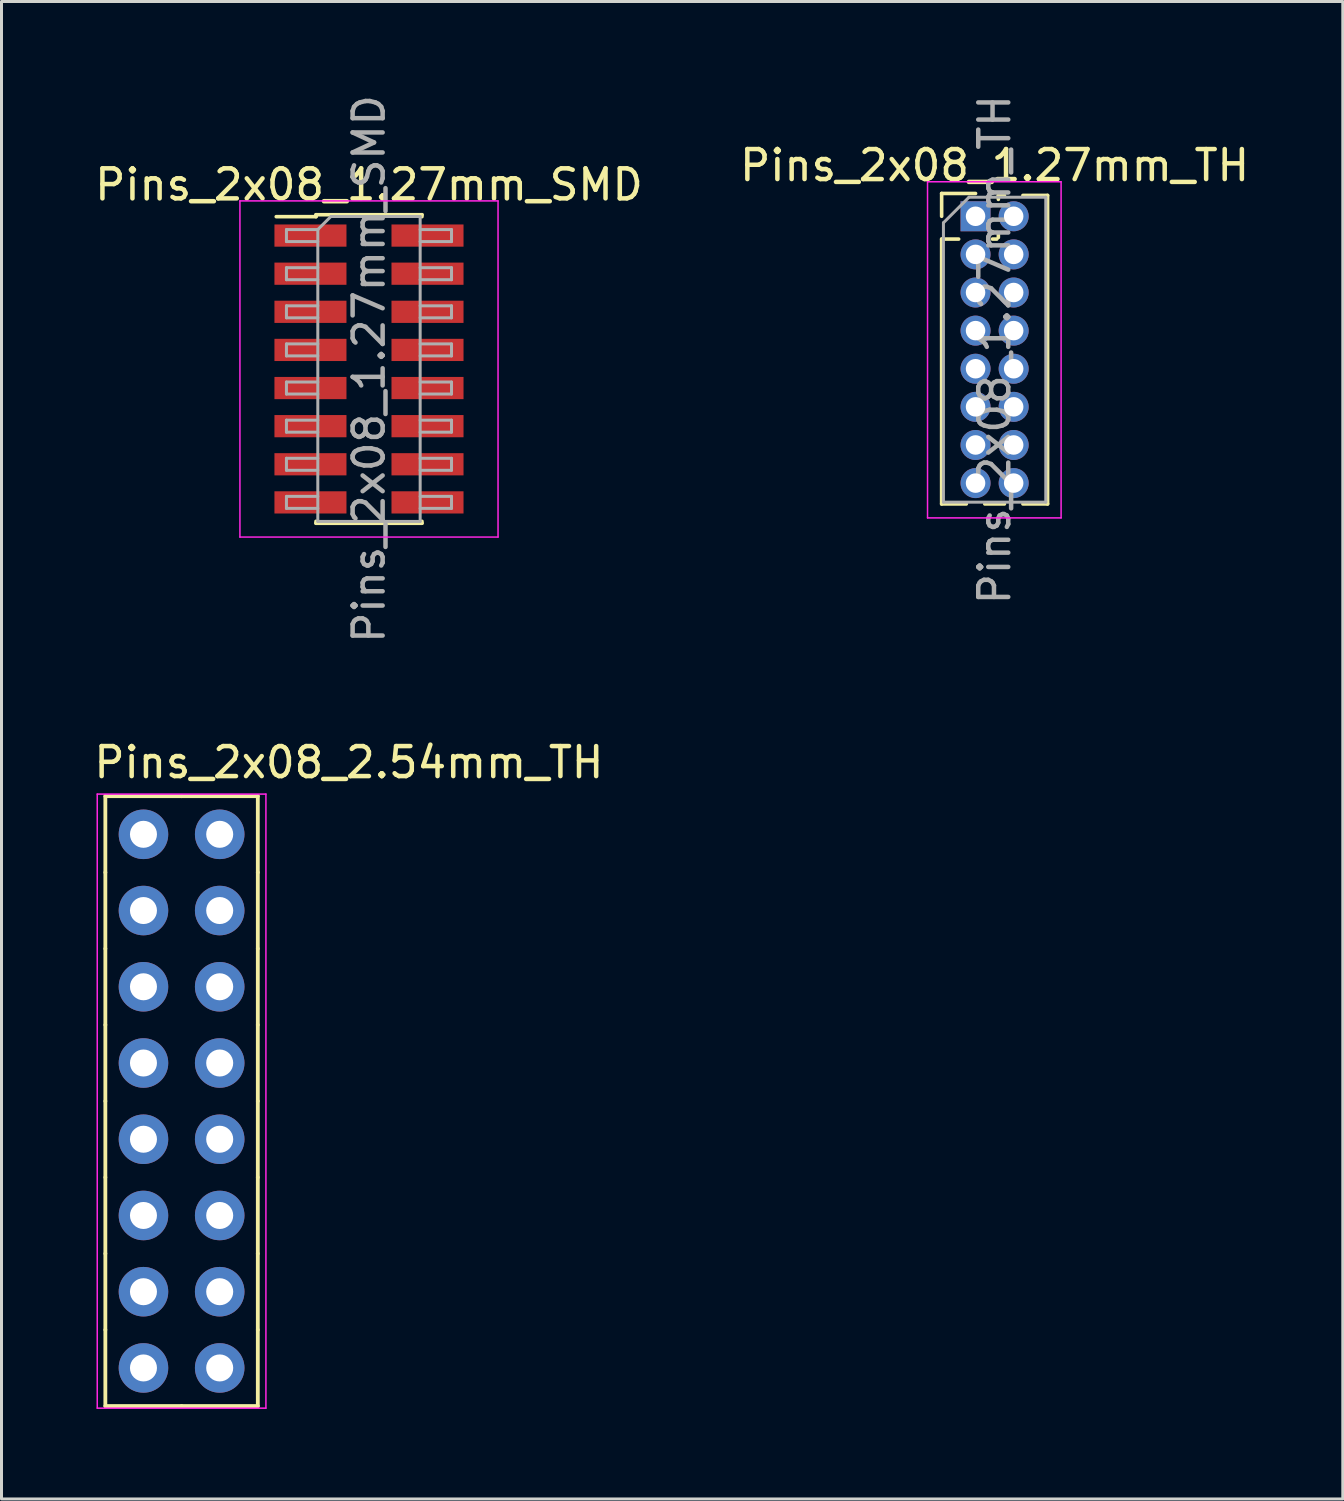
<source format=kicad_pcb>
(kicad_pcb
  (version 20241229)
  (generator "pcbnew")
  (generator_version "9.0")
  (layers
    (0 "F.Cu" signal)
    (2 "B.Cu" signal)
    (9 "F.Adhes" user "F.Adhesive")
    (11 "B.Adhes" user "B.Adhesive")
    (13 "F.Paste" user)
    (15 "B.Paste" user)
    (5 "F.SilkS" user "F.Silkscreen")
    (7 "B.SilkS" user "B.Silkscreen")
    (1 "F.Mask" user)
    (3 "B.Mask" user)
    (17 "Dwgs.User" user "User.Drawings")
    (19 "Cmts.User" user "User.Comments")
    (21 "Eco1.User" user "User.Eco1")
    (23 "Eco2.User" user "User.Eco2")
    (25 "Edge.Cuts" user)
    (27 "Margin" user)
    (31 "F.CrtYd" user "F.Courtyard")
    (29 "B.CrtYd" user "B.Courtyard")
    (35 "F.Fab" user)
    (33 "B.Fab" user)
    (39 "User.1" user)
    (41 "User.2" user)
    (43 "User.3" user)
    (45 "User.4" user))
  (footprint "Pins_2x08_2.54mm_TH"
    (layer "F.Cu")
    (at 3 33.638)
    (property "Reference" "Pins_2x08_2.54mm_TH" (at -3 -10.7 0) (layer "F.SilkS") (effects (font (size 1 1) (thickness 0.15)) (justify left bottom)))
    (attr through_hole)
    (fp_line (start -2.54 -10.16) (end -2.54 -7.62) (stroke (width 0.127) (type solid)) (layer "F.SilkS"))
    (fp_line (start -2.54 -7.62) (end -2.54 -5.08) (stroke (width 0.127) (type solid)) (layer "F.SilkS"))
    (fp_line (start -2.54 -5.08) (end -2.54 -2.54) (stroke (width 0.127) (type solid)) (layer "F.SilkS"))
    (fp_line (start -2.54 -2.54) (end -2.54 0) (stroke (width 0.127) (type solid)) (layer "F.SilkS"))
    (fp_line (start -2.54 0) (end -2.54 2.54) (stroke (width 0.127) (type solid)) (layer "F.SilkS"))
    (fp_line (start -2.54 2.54) (end -2.54 5.08) (stroke (width 0.127) (type solid)) (layer "F.SilkS"))
    (fp_line (start -2.54 5.08) (end -2.54 7.62) (stroke (width 0.127) (type solid)) (layer "F.SilkS"))
    (fp_line (start -2.54 7.62) (end -2.54 10.16) (stroke (width 0.127) (type solid)) (layer "F.SilkS"))
    (fp_line (start 0 -10.16) (end -2.54 -10.16) (stroke (width 0.127) (type solid)) (layer "F.SilkS"))
    (fp_line (start 0 10.16) (end -2.54 10.16) (stroke (width 0.127) (type solid)) (layer "F.SilkS"))
    (fp_line (start 2.54 -10.16) (end 0 -10.16) (stroke (width 0.127) (type solid)) (layer "F.SilkS"))
    (fp_line (start 2.54 -7.62) (end 2.54 -10.16) (stroke (width 0.127) (type solid)) (layer "F.SilkS"))
    (fp_line (start 2.54 -5.08) (end 2.54 -7.62) (stroke (width 0.127) (type solid)) (layer "F.SilkS"))
    (fp_line (start 2.54 -2.54) (end 2.54 -5.08) (stroke (width 0.127) (type solid)) (layer "F.SilkS"))
    (fp_line (start 2.54 0) (end 2.54 -2.54) (stroke (width 0.127) (type solid)) (layer "F.SilkS"))
    (fp_line (start 2.54 2.54) (end 2.54 0) (stroke (width 0.127) (type solid)) (layer "F.SilkS"))
    (fp_line (start 2.54 5.08) (end 2.54 2.54) (stroke (width 0.127) (type solid)) (layer "F.SilkS"))
    (fp_line (start 2.54 7.62) (end 2.54 5.08) (stroke (width 0.127) (type solid)) (layer "F.SilkS"))
    (fp_line (start 2.54 10.16) (end 0 10.16) (stroke (width 0.127) (type solid)) (layer "F.SilkS"))
    (fp_line (start 2.54 10.16) (end 2.54 7.62) (stroke (width 0.127) (type solid)) (layer "F.SilkS"))
    (fp_line (start -2.81 -10.23) (end -2.81 10.23) (stroke (width 0.05) (type solid)) (layer "F.CrtYd"))
    (fp_line (start -2.81 -10.23) (end 2.81 -10.23) (stroke (width 0.05) (type solid)) (layer "F.CrtYd"))
    (fp_line (start -2.81 10.23) (end 2.81 10.23) (stroke (width 0.05) (type solid)) (layer "F.CrtYd"))
    (fp_line (start 2.81 -10.23) (end 2.81 10.23) (stroke (width 0.05) (type solid)) (layer "F.CrtYd"))
    (pad "1" thru_hole circle (at -1.27 -8.89) (size 1.651 1.651) (drill 0.9) (layers "*.Cu" "*.Mask"))
    (pad "2" thru_hole circle (at 1.27 -8.89) (size 1.651 1.651) (drill 0.9) (layers "*.Cu" "*.Mask"))
    (pad "3" thru_hole circle (at -1.27 -6.35) (size 1.651 1.651) (drill 0.9) (layers "*.Cu" "*.Mask"))
    (pad "4" thru_hole circle (at 1.27 -6.35) (size 1.651 1.651) (drill 0.9) (layers "*.Cu" "*.Mask"))
    (pad "5" thru_hole circle (at -1.27 -3.81) (size 1.651 1.651) (drill 0.9) (layers "*.Cu" "*.Mask"))
    (pad "6" thru_hole circle (at 1.27 -3.81) (size 1.651 1.651) (drill 0.9) (layers "*.Cu" "*.Mask"))
    (pad "7" thru_hole circle (at -1.27 -1.27) (size 1.651 1.651) (drill 0.9) (layers "*.Cu" "*.Mask"))
    (pad "8" thru_hole circle (at 1.27 -1.27) (size 1.651 1.651) (drill 0.9) (layers "*.Cu" "*.Mask"))
    (pad "9" thru_hole circle (at -1.27 1.27) (size 1.651 1.651) (drill 0.9) (layers "*.Cu" "*.Mask"))
    (pad "10" thru_hole circle (at 1.27 1.27) (size 1.651 1.651) (drill 0.9) (layers "*.Cu" "*.Mask"))
    (pad "11" thru_hole circle (at -1.27 3.81) (size 1.651 1.651) (drill 0.9) (layers "*.Cu" "*.Mask"))
    (pad "12" thru_hole circle (at 1.27 3.81) (size 1.651 1.651) (drill 0.9) (layers "*.Cu" "*.Mask"))
    (pad "13" thru_hole circle (at -1.27 6.35) (size 1.651 1.651) (drill 0.9) (layers "*.Cu" "*.Mask"))
    (pad "14" thru_hole circle (at 1.27 6.35) (size 1.651 1.651) (drill 0.9) (layers "*.Cu" "*.Mask"))
    (pad "15" thru_hole circle (at -1.27 8.89) (size 1.651 1.651) (drill 0.9) (layers "*.Cu" "*.Mask"))
    (pad "16" thru_hole circle (at 1.27 8.89) (size 1.651 1.651) (drill 0.9) (layers "*.Cu" "*.Mask")))
  (footprint "Pins_2x08_1.27mm_TH"
    (layer "F.Cu")
    (at 30.089 8.601)
    (property "Reference" "Pins_2x08_1.27mm_TH" (at 0 -6.14 0) (layer "F.SilkS") (effects (font (size 1 1) (thickness 0.15))))
    (attr through_hole)
    (fp_line (start -1.765 -5.205) (end -0.635 -5.205) (stroke (width 0.12) (type solid)) (layer "F.SilkS"))
    (fp_line (start -1.765 -4.445) (end -1.765 -5.205) (stroke (width 0.12) (type solid)) (layer "F.SilkS"))
    (fp_line (start -1.765 -3.685) (end -1.765 5.14) (stroke (width 0.12) (type solid)) (layer "F.SilkS"))
    (fp_line (start -1.765 -3.685) (end -1.198 -3.685) (stroke (width 0.12) (type solid)) (layer "F.SilkS"))
    (fp_line (start -1.765 5.14) (end -0.943 5.14) (stroke (width 0.12) (type solid)) (layer "F.SilkS"))
    (fp_line (start -0.327 5.14) (end 0.327 5.14) (stroke (width 0.12) (type solid)) (layer "F.SilkS"))
    (fp_line (start -0.072 -3.685) (end 0.072 -3.685) (stroke (width 0.12) (type solid)) (layer "F.SilkS"))
    (fp_line (start 0.125 -5.14) (end 0.327 -5.14) (stroke (width 0.12) (type solid)) (layer "F.SilkS"))
    (fp_line (start 0.125 -5.008) (end 0.125 -5.14) (stroke (width 0.12) (type solid)) (layer "F.SilkS"))
    (fp_line (start 0.125 -3.738) (end 0.125 -3.882) (stroke (width 0.12) (type solid)) (layer "F.SilkS"))
    (fp_line (start 0.943 -5.14) (end 1.765 -5.14) (stroke (width 0.12) (type solid)) (layer "F.SilkS"))
    (fp_line (start 0.943 5.14) (end 1.765 5.14) (stroke (width 0.12) (type solid)) (layer "F.SilkS"))
    (fp_line (start 1.765 -5.14) (end 1.765 5.14) (stroke (width 0.12) (type solid)) (layer "F.SilkS"))
    (fp_line (start -2.235 -5.595) (end -2.235 5.605) (stroke (width 0.05) (type solid)) (layer "F.CrtYd"))
    (fp_line (start -2.235 5.605) (end 2.215 5.605) (stroke (width 0.05) (type solid)) (layer "F.CrtYd"))
    (fp_line (start 2.215 -5.595) (end -2.235 -5.595) (stroke (width 0.05) (type solid)) (layer "F.CrtYd"))
    (fp_line (start 2.215 5.605) (end 2.215 -5.595) (stroke (width 0.05) (type solid)) (layer "F.CrtYd"))
    (fp_line (start -1.705 -4.228) (end -0.853 -5.08) (stroke (width 0.1) (type solid)) (layer "F.Fab"))
    (fp_line (start -1.705 5.08) (end -1.705 -4.228) (stroke (width 0.1) (type solid)) (layer "F.Fab"))
    (fp_line (start -0.853 -5.08) (end 1.705 -5.08) (stroke (width 0.1) (type solid)) (layer "F.Fab"))
    (fp_line (start 1.705 -5.08) (end 1.705 5.08) (stroke (width 0.1) (type solid)) (layer "F.Fab"))
    (fp_line (start 1.705 5.08) (end -1.705 5.08) (stroke (width 0.1) (type solid)) (layer "F.Fab"))
    (fp_text user "${REFERENCE}" (at 0 0 90) (layer "F.Fab") (effects (font (size 1 1) (thickness 0.15))))
    (pad "1" thru_hole rect (at -0.635 -4.445) (size 1 1) (drill 0.65) (layers "*.Cu" "*.Mask"))
    (pad "2" thru_hole oval (at 0.635 -4.445) (size 1 1) (drill 0.65) (layers "*.Cu" "*.Mask"))
    (pad "3" thru_hole oval (at -0.635 -3.175) (size 1 1) (drill 0.65) (layers "*.Cu" "*.Mask"))
    (pad "4" thru_hole oval (at 0.635 -3.175) (size 1 1) (drill 0.65) (layers "*.Cu" "*.Mask"))
    (pad "5" thru_hole oval (at -0.635 -1.905) (size 1 1) (drill 0.65) (layers "*.Cu" "*.Mask"))
    (pad "6" thru_hole oval (at 0.635 -1.905) (size 1 1) (drill 0.65) (layers "*.Cu" "*.Mask"))
    (pad "7" thru_hole oval (at -0.635 -0.635) (size 1 1) (drill 0.65) (layers "*.Cu" "*.Mask"))
    (pad "8" thru_hole oval (at 0.635 -0.635) (size 1 1) (drill 0.65) (layers "*.Cu" "*.Mask"))
    (pad "9" thru_hole oval (at -0.635 0.635) (size 1 1) (drill 0.65) (layers "*.Cu" "*.Mask"))
    (pad "10" thru_hole oval (at 0.635 0.635) (size 1 1) (drill 0.65) (layers "*.Cu" "*.Mask"))
    (pad "11" thru_hole oval (at -0.635 1.905) (size 1 1) (drill 0.65) (layers "*.Cu" "*.Mask"))
    (pad "12" thru_hole oval (at 0.635 1.905) (size 1 1) (drill 0.65) (layers "*.Cu" "*.Mask"))
    (pad "13" thru_hole oval (at -0.635 3.175) (size 1 1) (drill 0.65) (layers "*.Cu" "*.Mask"))
    (pad "14" thru_hole oval (at 0.635 3.175) (size 1 1) (drill 0.65) (layers "*.Cu" "*.Mask"))
    (pad "15" thru_hole oval (at -0.635 4.445) (size 1 1) (drill 0.65) (layers "*.Cu" "*.Mask"))
    (pad "16" thru_hole oval (at 0.635 4.445) (size 1 1) (drill 0.65) (layers "*.Cu" "*.Mask")))
  (footprint "Pins_2x08_1.27mm_SMD"
    (layer "F.Cu")
    (at 9.244 9.244)
    (property "Reference" "Pins_2x08_1.27mm_SMD" (at 0 -6.14 0) (layer "F.SilkS") (effects (font (size 1 1) (thickness 0.15))))
    (attr smd)
    (fp_line (start -3.09 -5.075) (end -1.765 -5.075) (stroke (width 0.12) (type solid)) (layer "F.SilkS"))
    (fp_line (start -1.765 -5.14) (end -1.765 -5.075) (stroke (width 0.12) (type solid)) (layer "F.SilkS"))
    (fp_line (start -1.765 -5.14) (end 1.765 -5.14) (stroke (width 0.12) (type solid)) (layer "F.SilkS"))
    (fp_line (start -1.765 5.075) (end -1.765 5.14) (stroke (width 0.12) (type solid)) (layer "F.SilkS"))
    (fp_line (start -1.765 5.14) (end 1.765 5.14) (stroke (width 0.12) (type solid)) (layer "F.SilkS"))
    (fp_line (start 1.765 -5.14) (end 1.765 -5.075) (stroke (width 0.12) (type solid)) (layer "F.SilkS"))
    (fp_line (start 1.765 5.075) (end 1.765 5.14) (stroke (width 0.12) (type solid)) (layer "F.SilkS"))
    (fp_line (start -4.3 -5.6) (end -4.3 5.6) (stroke (width 0.05) (type solid)) (layer "F.CrtYd"))
    (fp_line (start -4.3 5.6) (end 4.3 5.6) (stroke (width 0.05) (type solid)) (layer "F.CrtYd"))
    (fp_line (start 4.3 -5.6) (end -4.3 -5.6) (stroke (width 0.05) (type solid)) (layer "F.CrtYd"))
    (fp_line (start 4.3 5.6) (end 4.3 -5.6) (stroke (width 0.05) (type solid)) (layer "F.CrtYd"))
    (fp_line (start -2.75 -4.645) (end -2.75 -4.245) (stroke (width 0.1) (type solid)) (layer "F.Fab"))
    (fp_line (start -2.75 -4.245) (end -1.705 -4.245) (stroke (width 0.1) (type solid)) (layer "F.Fab"))
    (fp_line (start -2.75 -3.375) (end -2.75 -2.975) (stroke (width 0.1) (type solid)) (layer "F.Fab"))
    (fp_line (start -2.75 -2.975) (end -1.705 -2.975) (stroke (width 0.1) (type solid)) (layer "F.Fab"))
    (fp_line (start -2.75 -2.105) (end -2.75 -1.705) (stroke (width 0.1) (type solid)) (layer "F.Fab"))
    (fp_line (start -2.75 -1.705) (end -1.705 -1.705) (stroke (width 0.1) (type solid)) (layer "F.Fab"))
    (fp_line (start -2.75 -0.835) (end -2.75 -0.435) (stroke (width 0.1) (type solid)) (layer "F.Fab"))
    (fp_line (start -2.75 -0.435) (end -1.705 -0.435) (stroke (width 0.1) (type solid)) (layer "F.Fab"))
    (fp_line (start -2.75 0.435) (end -2.75 0.835) (stroke (width 0.1) (type solid)) (layer "F.Fab"))
    (fp_line (start -2.75 0.835) (end -1.705 0.835) (stroke (width 0.1) (type solid)) (layer "F.Fab"))
    (fp_line (start -2.75 1.705) (end -2.75 2.105) (stroke (width 0.1) (type solid)) (layer "F.Fab"))
    (fp_line (start -2.75 2.105) (end -1.705 2.105) (stroke (width 0.1) (type solid)) (layer "F.Fab"))
    (fp_line (start -2.75 2.975) (end -2.75 3.375) (stroke (width 0.1) (type solid)) (layer "F.Fab"))
    (fp_line (start -2.75 3.375) (end -1.705 3.375) (stroke (width 0.1) (type solid)) (layer "F.Fab"))
    (fp_line (start -2.75 4.245) (end -2.75 4.645) (stroke (width 0.1) (type solid)) (layer "F.Fab"))
    (fp_line (start -2.75 4.645) (end -1.705 4.645) (stroke (width 0.1) (type solid)) (layer "F.Fab"))
    (fp_line (start -1.705 -4.645) (end -2.75 -4.645) (stroke (width 0.1) (type solid)) (layer "F.Fab"))
    (fp_line (start -1.705 -4.645) (end -1.27 -5.08) (stroke (width 0.1) (type solid)) (layer "F.Fab"))
    (fp_line (start -1.705 -3.375) (end -2.75 -3.375) (stroke (width 0.1) (type solid)) (layer "F.Fab"))
    (fp_line (start -1.705 -2.105) (end -2.75 -2.105) (stroke (width 0.1) (type solid)) (layer "F.Fab"))
    (fp_line (start -1.705 -0.835) (end -2.75 -0.835) (stroke (width 0.1) (type solid)) (layer "F.Fab"))
    (fp_line (start -1.705 0.435) (end -2.75 0.435) (stroke (width 0.1) (type solid)) (layer "F.Fab"))
    (fp_line (start -1.705 1.705) (end -2.75 1.705) (stroke (width 0.1) (type solid)) (layer "F.Fab"))
    (fp_line (start -1.705 2.975) (end -2.75 2.975) (stroke (width 0.1) (type solid)) (layer "F.Fab"))
    (fp_line (start -1.705 4.245) (end -2.75 4.245) (stroke (width 0.1) (type solid)) (layer "F.Fab"))
    (fp_line (start -1.705 5.08) (end -1.705 -4.645) (stroke (width 0.1) (type solid)) (layer "F.Fab"))
    (fp_line (start -1.27 -5.08) (end 1.705 -5.08) (stroke (width 0.1) (type solid)) (layer "F.Fab"))
    (fp_line (start 1.705 -5.08) (end 1.705 5.08) (stroke (width 0.1) (type solid)) (layer "F.Fab"))
    (fp_line (start 1.705 -4.645) (end 2.75 -4.645) (stroke (width 0.1) (type solid)) (layer "F.Fab"))
    (fp_line (start 1.705 -3.375) (end 2.75 -3.375) (stroke (width 0.1) (type solid)) (layer "F.Fab"))
    (fp_line (start 1.705 -2.105) (end 2.75 -2.105) (stroke (width 0.1) (type solid)) (layer "F.Fab"))
    (fp_line (start 1.705 -0.835) (end 2.75 -0.835) (stroke (width 0.1) (type solid)) (layer "F.Fab"))
    (fp_line (start 1.705 0.435) (end 2.75 0.435) (stroke (width 0.1) (type solid)) (layer "F.Fab"))
    (fp_line (start 1.705 1.705) (end 2.75 1.705) (stroke (width 0.1) (type solid)) (layer "F.Fab"))
    (fp_line (start 1.705 2.975) (end 2.75 2.975) (stroke (width 0.1) (type solid)) (layer "F.Fab"))
    (fp_line (start 1.705 4.245) (end 2.75 4.245) (stroke (width 0.1) (type solid)) (layer "F.Fab"))
    (fp_line (start 1.705 5.08) (end -1.705 5.08) (stroke (width 0.1) (type solid)) (layer "F.Fab"))
    (fp_line (start 2.75 -4.645) (end 2.75 -4.245) (stroke (width 0.1) (type solid)) (layer "F.Fab"))
    (fp_line (start 2.75 -4.245) (end 1.705 -4.245) (stroke (width 0.1) (type solid)) (layer "F.Fab"))
    (fp_line (start 2.75 -3.375) (end 2.75 -2.975) (stroke (width 0.1) (type solid)) (layer "F.Fab"))
    (fp_line (start 2.75 -2.975) (end 1.705 -2.975) (stroke (width 0.1) (type solid)) (layer "F.Fab"))
    (fp_line (start 2.75 -2.105) (end 2.75 -1.705) (stroke (width 0.1) (type solid)) (layer "F.Fab"))
    (fp_line (start 2.75 -1.705) (end 1.705 -1.705) (stroke (width 0.1) (type solid)) (layer "F.Fab"))
    (fp_line (start 2.75 -0.835) (end 2.75 -0.435) (stroke (width 0.1) (type solid)) (layer "F.Fab"))
    (fp_line (start 2.75 -0.435) (end 1.705 -0.435) (stroke (width 0.1) (type solid)) (layer "F.Fab"))
    (fp_line (start 2.75 0.435) (end 2.75 0.835) (stroke (width 0.1) (type solid)) (layer "F.Fab"))
    (fp_line (start 2.75 0.835) (end 1.705 0.835) (stroke (width 0.1) (type solid)) (layer "F.Fab"))
    (fp_line (start 2.75 1.705) (end 2.75 2.105) (stroke (width 0.1) (type solid)) (layer "F.Fab"))
    (fp_line (start 2.75 2.105) (end 1.705 2.105) (stroke (width 0.1) (type solid)) (layer "F.Fab"))
    (fp_line (start 2.75 2.975) (end 2.75 3.375) (stroke (width 0.1) (type solid)) (layer "F.Fab"))
    (fp_line (start 2.75 3.375) (end 1.705 3.375) (stroke (width 0.1) (type solid)) (layer "F.Fab"))
    (fp_line (start 2.75 4.245) (end 2.75 4.645) (stroke (width 0.1) (type solid)) (layer "F.Fab"))
    (fp_line (start 2.75 4.645) (end 1.705 4.645) (stroke (width 0.1) (type solid)) (layer "F.Fab"))
    (fp_text user "${REFERENCE}" (at 0 0 90) (layer "F.Fab") (effects (font (size 1 1) (thickness 0.15))))
    (pad "1" smd rect (at -1.95 -4.445) (size 2.4 0.74) (layers "F.Cu" "F.Mask" "F.Paste"))
    (pad "2" smd rect (at 1.95 -4.445) (size 2.4 0.74) (layers "F.Cu" "F.Mask" "F.Paste"))
    (pad "3" smd rect (at -1.95 -3.175) (size 2.4 0.74) (layers "F.Cu" "F.Mask" "F.Paste"))
    (pad "4" smd rect (at 1.95 -3.175) (size 2.4 0.74) (layers "F.Cu" "F.Mask" "F.Paste"))
    (pad "5" smd rect (at -1.95 -1.905) (size 2.4 0.74) (layers "F.Cu" "F.Mask" "F.Paste"))
    (pad "6" smd rect (at 1.95 -1.905) (size 2.4 0.74) (layers "F.Cu" "F.Mask" "F.Paste"))
    (pad "7" smd rect (at -1.95 -0.635) (size 2.4 0.74) (layers "F.Cu" "F.Mask" "F.Paste"))
    (pad "8" smd rect (at 1.95 -0.635) (size 2.4 0.74) (layers "F.Cu" "F.Mask" "F.Paste"))
    (pad "9" smd rect (at -1.95 0.635) (size 2.4 0.74) (layers "F.Cu" "F.Mask" "F.Paste"))
    (pad "10" smd rect (at 1.95 0.635) (size 2.4 0.74) (layers "F.Cu" "F.Mask" "F.Paste"))
    (pad "11" smd rect (at -1.95 1.905) (size 2.4 0.74) (layers "F.Cu" "F.Mask" "F.Paste"))
    (pad "12" smd rect (at 1.95 1.905) (size 2.4 0.74) (layers "F.Cu" "F.Mask" "F.Paste"))
    (pad "13" smd rect (at -1.95 3.175) (size 2.4 0.74) (layers "F.Cu" "F.Mask" "F.Paste"))
    (pad "14" smd rect (at 1.95 3.175) (size 2.4 0.74) (layers "F.Cu" "F.Mask" "F.Paste"))
    (pad "15" smd rect (at -1.95 4.445) (size 2.4 0.74) (layers "F.Cu" "F.Mask" "F.Paste"))
    (pad "16" smd rect (at 1.95 4.445) (size 2.4 0.74) (layers "F.Cu" "F.Mask" "F.Paste")))
  (gr_rect
    (start -3 -3)
    (end 41.69 46.893)
    (stroke (width 0.1) (type default))
    (fill no)
    (layer "Edge.Cuts")))
</source>
